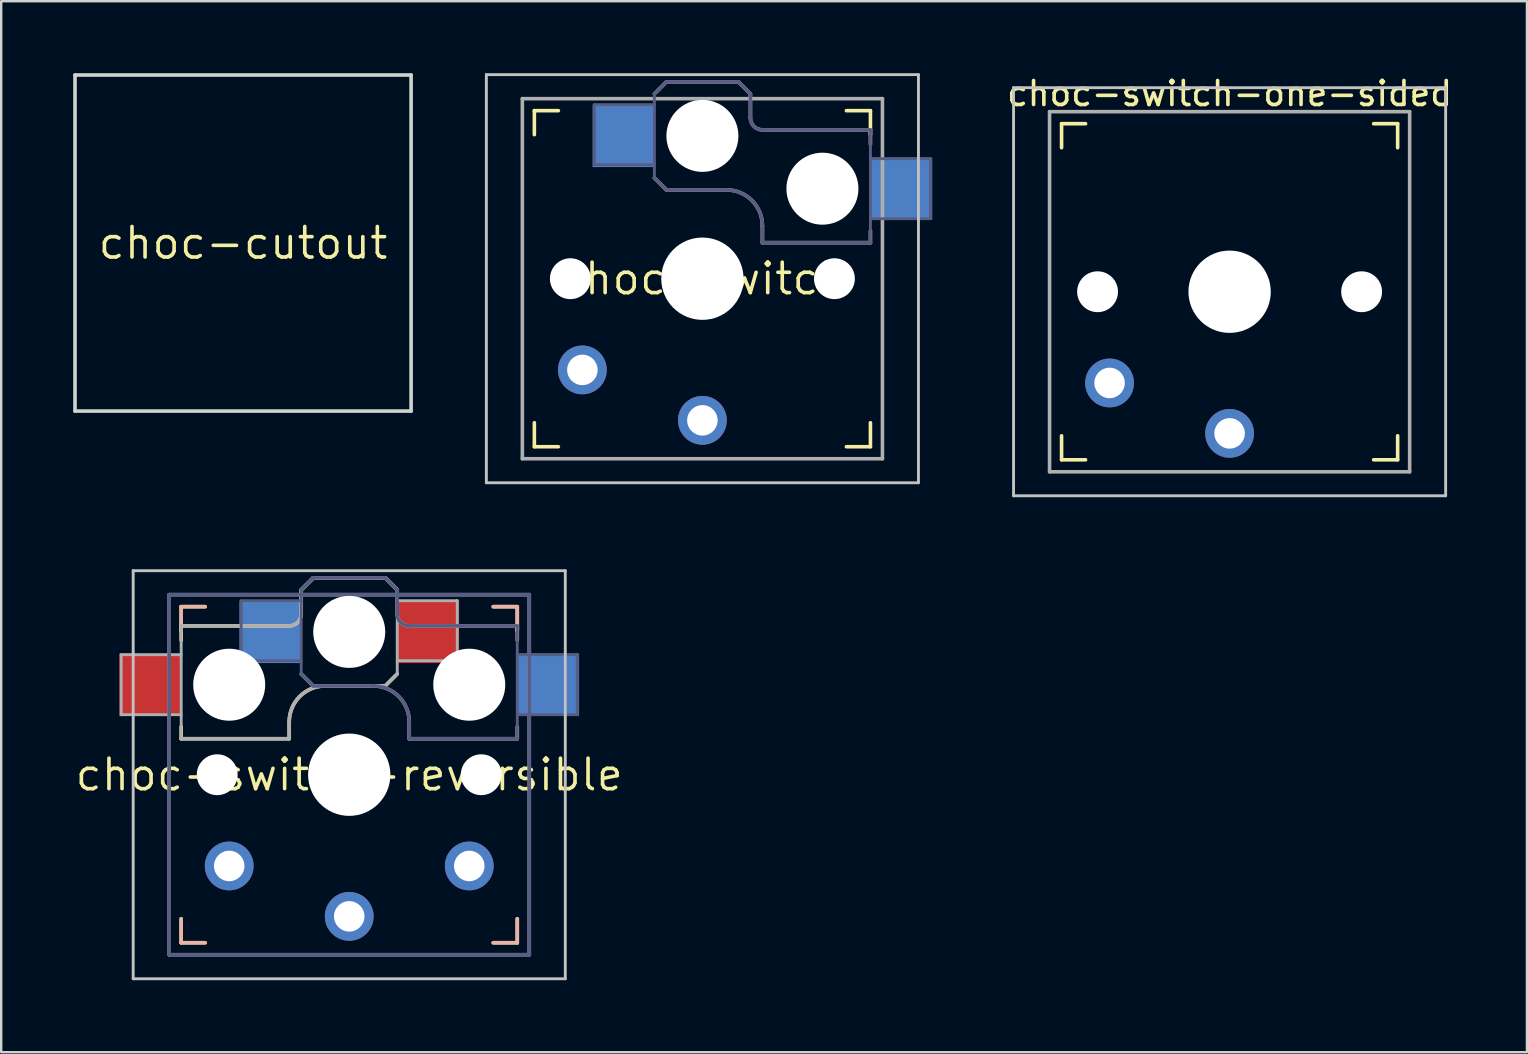
<source format=kicad_pcb>
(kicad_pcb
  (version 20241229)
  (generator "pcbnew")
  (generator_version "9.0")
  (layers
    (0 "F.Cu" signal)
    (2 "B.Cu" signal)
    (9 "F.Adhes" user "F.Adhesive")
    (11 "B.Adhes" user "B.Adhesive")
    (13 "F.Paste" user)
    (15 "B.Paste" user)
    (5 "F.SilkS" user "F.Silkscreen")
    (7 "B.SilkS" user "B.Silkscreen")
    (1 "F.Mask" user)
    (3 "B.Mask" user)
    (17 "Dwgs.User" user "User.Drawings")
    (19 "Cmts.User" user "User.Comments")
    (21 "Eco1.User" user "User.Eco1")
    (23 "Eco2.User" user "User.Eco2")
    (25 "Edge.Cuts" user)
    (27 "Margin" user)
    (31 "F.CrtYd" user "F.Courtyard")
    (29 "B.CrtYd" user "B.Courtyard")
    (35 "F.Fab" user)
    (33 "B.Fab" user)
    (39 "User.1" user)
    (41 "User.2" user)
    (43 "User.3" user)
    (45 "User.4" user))
  (footprint "choc-switch-reversible"
    (layer "F.Cu")
    (at 11.498 29.223)
    (property "Reference" "choc-switch-reversible" (at 0 0 0) (layer "F.SilkS") (effects (font (size 1.27 1.27) (thickness 0.15))))
    (attr through_hole)
    (fp_line (start -7 -7) (end -6 -7) (stroke (width 0.15) (type solid)) (layer "F.SilkS"))
    (fp_line (start -7 -6.2) (end -2.5 -6.2) (stroke (width 0.15) (type solid)) (layer "F.SilkS"))
    (fp_line (start -7 -6) (end -7 -7) (stroke (width 0.15) (type solid)) (layer "F.SilkS"))
    (fp_line (start -7 -5.6) (end -7 -6.2) (stroke (width 0.15) (type solid)) (layer "F.SilkS"))
    (fp_line (start -7 -1.5) (end -7 -2) (stroke (width 0.15) (type solid)) (layer "F.SilkS"))
    (fp_line (start -7 7) (end -7 6) (stroke (width 0.15) (type solid)) (layer "F.SilkS"))
    (fp_line (start -6 7) (end -7 7) (stroke (width 0.15) (type solid)) (layer "F.SilkS"))
    (fp_line (start -2.5 -2.2) (end -2.5 -1.5) (stroke (width 0.15) (type solid)) (layer "F.SilkS"))
    (fp_line (start -2.5 -1.5) (end -7 -1.5) (stroke (width 0.15) (type solid)) (layer "F.SilkS"))
    (fp_line (start -2 -6.7) (end -2 -7.7) (stroke (width 0.15) (type solid)) (layer "F.SilkS"))
    (fp_line (start -1.5 -8.2) (end -2 -7.7) (stroke (width 0.15) (type solid)) (layer "F.SilkS"))
    (fp_line (start 1.5 -8.2) (end -1.5 -8.2) (stroke (width 0.15) (type solid)) (layer "F.SilkS"))
    (fp_line (start 1.5 -3.7) (end -1 -3.7) (stroke (width 0.15) (type solid)) (layer "F.SilkS"))
    (fp_line (start 2 -7.7) (end 1.5 -8.2) (stroke (width 0.15) (type solid)) (layer "F.SilkS"))
    (fp_line (start 2 -4.2) (end 1.5 -3.7) (stroke (width 0.15) (type solid)) (layer "F.SilkS"))
    (fp_line (start 6 -7) (end 7 -7) (stroke (width 0.15) (type solid)) (layer "F.SilkS"))
    (fp_line (start 7 -7) (end 7 -6) (stroke (width 0.15) (type solid)) (layer "F.SilkS"))
    (fp_line (start 7 6) (end 7 7) (stroke (width 0.15) (type solid)) (layer "F.SilkS"))
    (fp_line (start 7 7) (end 6 7) (stroke (width 0.15) (type solid)) (layer "F.SilkS"))
    (fp_arc (start -2.5 -2.2) (mid -2.06066 -3.26066) (end -1 -3.7) (stroke (width 0.15) (type solid)) (layer "F.SilkS"))
    (fp_arc (start -2 -6.7) (mid -2.146447 -6.346447) (end -2.5 -6.2) (stroke (width 0.15) (type solid)) (layer "F.SilkS"))
    (fp_line (start -7 -7) (end -6 -7) (stroke (width 0.15) (type solid)) (layer "B.SilkS"))
    (fp_line (start -7 -6) (end -7 -7) (stroke (width 0.15) (type solid)) (layer "B.SilkS"))
    (fp_line (start -7 7) (end -7 6) (stroke (width 0.15) (type solid)) (layer "B.SilkS"))
    (fp_line (start -6 7) (end -7 7) (stroke (width 0.15) (type solid)) (layer "B.SilkS"))
    (fp_line (start -2 -7.7) (end -1.5 -8.2) (stroke (width 0.15) (type solid)) (layer "B.SilkS"))
    (fp_line (start -2 -4.2) (end -1.5 -3.7) (stroke (width 0.15) (type solid)) (layer "B.SilkS"))
    (fp_line (start -1.5 -8.2) (end 1.5 -8.2) (stroke (width 0.15) (type solid)) (layer "B.SilkS"))
    (fp_line (start -1.5 -3.7) (end 1 -3.7) (stroke (width 0.15) (type solid)) (layer "B.SilkS"))
    (fp_line (start 1.5 -8.2) (end 2 -7.7) (stroke (width 0.15) (type solid)) (layer "B.SilkS"))
    (fp_line (start 2 -6.7) (end 2 -7.7) (stroke (width 0.15) (type solid)) (layer "B.SilkS"))
    (fp_line (start 2.5 -2.2) (end 2.5 -1.5) (stroke (width 0.15) (type solid)) (layer "B.SilkS"))
    (fp_line (start 2.5 -1.5) (end 7 -1.5) (stroke (width 0.15) (type solid)) (layer "B.SilkS"))
    (fp_line (start 6 -7) (end 7 -7) (stroke (width 0.15) (type solid)) (layer "B.SilkS"))
    (fp_line (start 7 -7) (end 7 -6) (stroke (width 0.15) (type solid)) (layer "B.SilkS"))
    (fp_line (start 7 -6.2) (end 2.5 -6.2) (stroke (width 0.15) (type solid)) (layer "B.SilkS"))
    (fp_line (start 7 -5.6) (end 7 -6.2) (stroke (width 0.15) (type solid)) (layer "B.SilkS"))
    (fp_line (start 7 -1.5) (end 7 -2) (stroke (width 0.15) (type solid)) (layer "B.SilkS"))
    (fp_line (start 7 6) (end 7 7) (stroke (width 0.15) (type solid)) (layer "B.SilkS"))
    (fp_line (start 7 7) (end 6 7) (stroke (width 0.15) (type solid)) (layer "B.SilkS"))
    (fp_arc (start 1 -3.7) (mid 2.06066 -3.26066) (end 2.5 -2.2) (stroke (width 0.15) (type solid)) (layer "B.SilkS"))
    (fp_arc (start 2.5 -6.2) (mid 2.146447 -6.346447) (end 2 -6.7) (stroke (width 0.15) (type solid)) (layer "B.SilkS"))
    (fp_line (start -9 -8.5) (end -9 8.5) (stroke (width 0.12) (type solid)) (layer "Dwgs.User"))
    (fp_line (start -9 8.5) (end 9 8.5) (stroke (width 0.12) (type solid)) (layer "Dwgs.User"))
    (fp_line (start 9 -8.5) (end -9 -8.5) (stroke (width 0.12) (type solid)) (layer "Dwgs.User"))
    (fp_line (start 9 8.5) (end 9 -8.5) (stroke (width 0.12) (type solid)) (layer "Dwgs.User"))
    (fp_line (start -6.9 6.9) (end -6.9 -6.9) (stroke (width 0.15) (type solid)) (layer "Eco2.User"))
    (fp_line (start -6.9 6.9) (end 6.9 6.9) (stroke (width 0.15) (type solid)) (layer "Eco2.User"))
    (fp_line (start -2.6 -3.1) (end -2.6 -6.3) (stroke (width 0.15) (type solid)) (layer "Eco2.User"))
    (fp_line (start -2.6 -3.1) (end 2.6 -3.1) (stroke (width 0.15) (type solid)) (layer "Eco2.User"))
    (fp_line (start 2.6 -6.3) (end -2.6 -6.3) (stroke (width 0.15) (type solid)) (layer "Eco2.User"))
    (fp_line (start 2.6 -3.1) (end 2.6 -6.3) (stroke (width 0.15) (type solid)) (layer "Eco2.User"))
    (fp_line (start 6.9 -6.9) (end -6.9 -6.9) (stroke (width 0.15) (type solid)) (layer "Eco2.User"))
    (fp_line (start 6.9 -6.9) (end 6.9 6.9) (stroke (width 0.15) (type solid)) (layer "Eco2.User"))
    (fp_line (start -7.5 -7.5) (end 7.5 -7.5) (stroke (width 0.15) (type solid)) (layer "B.Fab"))
    (fp_line (start -7.5 7.5) (end -7.5 -7.5) (stroke (width 0.15) (type solid)) (layer "B.Fab"))
    (fp_line (start -4.5 -7.25) (end -2 -7.25) (stroke (width 0.12) (type solid)) (layer "B.Fab"))
    (fp_line (start -4.5 -4.75) (end -4.5 -7.25) (stroke (width 0.12) (type solid)) (layer "B.Fab"))
    (fp_line (start -2 -7.7) (end -1.5 -8.2) (stroke (width 0.15) (type solid)) (layer "B.Fab"))
    (fp_line (start -2 -4.75) (end -4.5 -4.75) (stroke (width 0.12) (type solid)) (layer "B.Fab"))
    (fp_line (start -2 -4.25) (end -2 -7.7) (stroke (width 0.12) (type solid)) (layer "B.Fab"))
    (fp_line (start -2 -4.2) (end -1.5 -3.7) (stroke (width 0.15) (type solid)) (layer "B.Fab"))
    (fp_line (start -1.5 -8.2) (end 1.5 -8.2) (stroke (width 0.15) (type solid)) (layer "B.Fab"))
    (fp_line (start -1.5 -3.7) (end 1 -3.7) (stroke (width 0.15) (type solid)) (layer "B.Fab"))
    (fp_line (start 1.5 -8.2) (end 2 -7.7) (stroke (width 0.15) (type solid)) (layer "B.Fab"))
    (fp_line (start 2 -6.7) (end 2 -7.7) (stroke (width 0.15) (type solid)) (layer "B.Fab"))
    (fp_line (start 2.5 -2.2) (end 2.5 -1.5) (stroke (width 0.15) (type solid)) (layer "B.Fab"))
    (fp_line (start 2.5 -1.5) (end 7 -1.5) (stroke (width 0.15) (type solid)) (layer "B.Fab"))
    (fp_line (start 7 -6.2) (end 2.5 -6.2) (stroke (width 0.15) (type solid)) (layer "B.Fab"))
    (fp_line (start 7 -5) (end 9.5 -5) (stroke (width 0.12) (type solid)) (layer "B.Fab"))
    (fp_line (start 7 -1.5) (end 7 -6.2) (stroke (width 0.12) (type solid)) (layer "B.Fab"))
    (fp_line (start 7.5 -7.5) (end 7.5 7.5) (stroke (width 0.15) (type solid)) (layer "B.Fab"))
    (fp_line (start 7.5 7.5) (end -7.5 7.5) (stroke (width 0.15) (type solid)) (layer "B.Fab"))
    (fp_line (start 9.5 -5) (end 9.5 -2.5) (stroke (width 0.12) (type solid)) (layer "B.Fab"))
    (fp_line (start 9.5 -2.5) (end 7 -2.5) (stroke (width 0.12) (type solid)) (layer "B.Fab"))
    (fp_arc (start 1 -3.7) (mid 2.06066 -3.26066) (end 2.5 -2.2) (stroke (width 0.15) (type solid)) (layer "B.Fab"))
    (fp_arc (start 2.5 -6.2) (mid 2.146447 -6.346447) (end 2 -6.7) (stroke (width 0.15) (type solid)) (layer "B.Fab"))
    (fp_line (start -9.5 -5) (end -9.5 -2.5) (stroke (width 0.12) (type solid)) (layer "F.Fab"))
    (fp_line (start -9.5 -2.5) (end -7 -2.5) (stroke (width 0.12) (type solid)) (layer "F.Fab"))
    (fp_line (start -7.5 -7.5) (end 7.5 -7.5) (stroke (width 0.15) (type solid)) (layer "F.Fab"))
    (fp_line (start -7.5 7.5) (end -7.5 -7.5) (stroke (width 0.15) (type solid)) (layer "F.Fab"))
    (fp_line (start -7 -6.2) (end -2.5 -6.2) (stroke (width 0.15) (type solid)) (layer "F.Fab"))
    (fp_line (start -7 -5) (end -9.5 -5) (stroke (width 0.12) (type solid)) (layer "F.Fab"))
    (fp_line (start -7 -1.5) (end -7 -6.2) (stroke (width 0.12) (type solid)) (layer "F.Fab"))
    (fp_line (start -2.5 -2.2) (end -2.5 -1.5) (stroke (width 0.15) (type solid)) (layer "F.Fab"))
    (fp_line (start -2.5 -1.5) (end -7 -1.5) (stroke (width 0.15) (type solid)) (layer "F.Fab"))
    (fp_line (start -2 -6.7) (end -2 -7.7) (stroke (width 0.15) (type solid)) (layer "F.Fab"))
    (fp_line (start -1.5 -8.2) (end -2 -7.7) (stroke (width 0.15) (type solid)) (layer "F.Fab"))
    (fp_line (start 1.5 -8.2) (end -1.5 -8.2) (stroke (width 0.15) (type solid)) (layer "F.Fab"))
    (fp_line (start 1.5 -3.7) (end -1 -3.7) (stroke (width 0.15) (type solid)) (layer "F.Fab"))
    (fp_line (start 2 -7.7) (end 1.5 -8.2) (stroke (width 0.15) (type solid)) (layer "F.Fab"))
    (fp_line (start 2 -4.75) (end 4.5 -4.75) (stroke (width 0.12) (type solid)) (layer "F.Fab"))
    (fp_line (start 2 -4.25) (end 2 -7.7) (stroke (width 0.12) (type solid)) (layer "F.Fab"))
    (fp_line (start 2 -4.2) (end 1.5 -3.7) (stroke (width 0.15) (type solid)) (layer "F.Fab"))
    (fp_line (start 4.5 -7.25) (end 2 -7.25) (stroke (width 0.12) (type solid)) (layer "F.Fab"))
    (fp_line (start 4.5 -4.75) (end 4.5 -7.25) (stroke (width 0.12) (type solid)) (layer "F.Fab"))
    (fp_line (start 7.5 -7.5) (end 7.5 7.5) (stroke (width 0.15) (type solid)) (layer "F.Fab"))
    (fp_line (start 7.5 7.5) (end -7.5 7.5) (stroke (width 0.15) (type solid)) (layer "F.Fab"))
    (fp_arc (start -2.5 -2.2) (mid -2.06066 -3.26066) (end -1 -3.7) (stroke (width 0.15) (type solid)) (layer "F.Fab"))
    (fp_arc (start -2 -6.7) (mid -2.146447 -6.346447) (end -2.5 -6.2) (stroke (width 0.15) (type solid)) (layer "F.Fab"))
    (pad "" np_thru_hole circle (at -5.5 0) (size 1.702 1.702) (drill 1.702) (layers "*.Cu" "*.Mask"))
    (pad "" np_thru_hole circle (at -5 -3.75) (size 3 3) (drill 3) (layers "*.Cu" "*.Mask"))
    (pad "" np_thru_hole circle (at 0 -5.95) (size 3 3) (drill 3) (layers "*.Cu" "*.Mask"))
    (pad "" np_thru_hole circle (at 0 0) (size 3.429 3.429) (drill 3.429) (layers "*.Cu" "*.Mask"))
    (pad "" np_thru_hole circle (at 5 -3.75) (size 3 3) (drill 3) (layers "*.Cu" "*.Mask"))
    (pad "" np_thru_hole circle (at 5.5 0) (size 1.702 1.702) (drill 1.702) (layers "*.Cu" "*.Mask"))
    (pad "1" smd rect (at -3.275 -5.95) (size 2.6 2.6) (layers "B.Cu" "B.Mask" "B.Paste"))
    (pad "1" thru_hole circle (at 0 5.9) (size 2.032 2.032) (drill 1.27) (layers "*.Cu" "*.Mask"))
    (pad "1" smd rect (at 3.275 -5.95) (size 2.6 2.6) (layers "F.Cu" "F.Mask" "F.Paste"))
    (pad "2" smd rect (at -8.275 -3.75) (size 2.6 2.6) (layers "F.Cu" "F.Mask" "F.Paste"))
    (pad "2" thru_hole circle (at -5 3.8) (size 2.032 2.032) (drill 1.27) (layers "*.Cu" "*.Mask"))
    (pad "2" thru_hole circle (at 5 3.8) (size 2.032 2.032) (drill 1.27) (layers "*.Cu" "*.Mask"))
    (pad "2" smd rect (at 8.275 -3.75) (size 2.6 2.6) (layers "B.Cu" "B.Mask" "B.Paste")))
  (footprint "choc-cutout"
    (layer "F.Cu")
    (at 7.075 7.075)
    (property "Reference" "choc-cutout" (at 0 0 0) (layer "F.SilkS") (effects (font (size 1.27 1.27) (thickness 0.15))))
    (attr through_hole)
    (fp_line (start -7 7) (end -7 -7) (stroke (width 0.15) (type solid)) (layer "Edge.Cuts"))
    (fp_line (start -7 7) (end 7 7) (stroke (width 0.15) (type solid)) (layer "Edge.Cuts"))
    (fp_line (start 7 -7) (end -7 -7) (stroke (width 0.15) (type solid)) (layer "Edge.Cuts"))
    (fp_line (start 7 -7) (end 7 7) (stroke (width 0.15) (type solid)) (layer "Edge.Cuts")))
  (footprint "choc-switch"
    (layer "F.Cu")
    (at 26.21 8.56)
    (property "Reference" "choc-switch" (at 0 0 0) (layer "F.SilkS") (effects (font (size 1.27 1.27) (thickness 0.15))))
    (attr through_hole)
    (fp_line (start -7 -6) (end -7 -7) (stroke (width 0.15) (type solid)) (layer "F.SilkS"))
    (fp_line (start -7 7) (end -7 6) (stroke (width 0.15) (type solid)) (layer "F.SilkS"))
    (fp_line (start -7 7) (end -6 7) (stroke (width 0.15) (type solid)) (layer "F.SilkS"))
    (fp_line (start -6 -7) (end -7 -7) (stroke (width 0.15) (type solid)) (layer "F.SilkS"))
    (fp_line (start 6 7) (end 7 7) (stroke (width 0.15) (type solid)) (layer "F.SilkS"))
    (fp_line (start 7 -7) (end 6 -7) (stroke (width 0.15) (type solid)) (layer "F.SilkS"))
    (fp_line (start 7 -7) (end 7 -6) (stroke (width 0.15) (type solid)) (layer "F.SilkS"))
    (fp_line (start 7 6) (end 7 7) (stroke (width 0.15) (type solid)) (layer "F.SilkS"))
    (fp_line (start -2 -7.7) (end -1.5 -8.2) (stroke (width 0.15) (type solid)) (layer "B.SilkS"))
    (fp_line (start -2 -4.2) (end -1.5 -3.7) (stroke (width 0.15) (type solid)) (layer "B.SilkS"))
    (fp_line (start -1.5 -8.2) (end 1.5 -8.2) (stroke (width 0.15) (type solid)) (layer "B.SilkS"))
    (fp_line (start -1.5 -3.7) (end 1 -3.7) (stroke (width 0.15) (type solid)) (layer "B.SilkS"))
    (fp_line (start 1.5 -8.2) (end 2 -7.7) (stroke (width 0.15) (type solid)) (layer "B.SilkS"))
    (fp_line (start 2 -6.7) (end 2 -7.7) (stroke (width 0.15) (type solid)) (layer "B.SilkS"))
    (fp_line (start 2.5 -2.2) (end 2.5 -1.5) (stroke (width 0.15) (type solid)) (layer "B.SilkS"))
    (fp_line (start 2.5 -1.5) (end 7 -1.5) (stroke (width 0.15) (type solid)) (layer "B.SilkS"))
    (fp_line (start 7 -6.2) (end 2.5 -6.2) (stroke (width 0.15) (type solid)) (layer "B.SilkS"))
    (fp_line (start 7 -5.6) (end 7 -6.2) (stroke (width 0.15) (type solid)) (layer "B.SilkS"))
    (fp_line (start 7 -1.5) (end 7 -2) (stroke (width 0.15) (type solid)) (layer "B.SilkS"))
    (fp_arc (start 1 -3.7) (mid 2.06066 -3.26066) (end 2.5 -2.2) (stroke (width 0.15) (type solid)) (layer "B.SilkS"))
    (fp_arc (start 2.5 -6.2) (mid 2.146447 -6.346447) (end 2 -6.7) (stroke (width 0.15) (type solid)) (layer "B.SilkS"))
    (fp_line (start -9 -8.5) (end -9 8.5) (stroke (width 0.12) (type solid)) (layer "Dwgs.User"))
    (fp_line (start -9 8.5) (end 9 8.5) (stroke (width 0.12) (type solid)) (layer "Dwgs.User"))
    (fp_line (start 9 -8.5) (end -9 -8.5) (stroke (width 0.12) (type solid)) (layer "Dwgs.User"))
    (fp_line (start 9 8.5) (end 9 -8.5) (stroke (width 0.12) (type solid)) (layer "Dwgs.User"))
    (fp_line (start -6.9 6.9) (end -6.9 -6.9) (stroke (width 0.15) (type solid)) (layer "Eco2.User"))
    (fp_line (start -6.9 6.9) (end 6.9 6.9) (stroke (width 0.15) (type solid)) (layer "Eco2.User"))
    (fp_line (start -2.6 -3.1) (end -2.6 -6.3) (stroke (width 0.15) (type solid)) (layer "Eco2.User"))
    (fp_line (start -2.6 -3.1) (end 2.6 -3.1) (stroke (width 0.15) (type solid)) (layer "Eco2.User"))
    (fp_line (start 2.6 -6.3) (end -2.6 -6.3) (stroke (width 0.15) (type solid)) (layer "Eco2.User"))
    (fp_line (start 2.6 -3.1) (end 2.6 -6.3) (stroke (width 0.15) (type solid)) (layer "Eco2.User"))
    (fp_line (start 6.9 -6.9) (end -6.9 -6.9) (stroke (width 0.15) (type solid)) (layer "Eco2.User"))
    (fp_line (start 6.9 -6.9) (end 6.9 6.9) (stroke (width 0.15) (type solid)) (layer "Eco2.User"))
    (fp_line (start -4.5 -7.25) (end -2 -7.25) (stroke (width 0.12) (type solid)) (layer "B.Fab"))
    (fp_line (start -4.5 -4.75) (end -4.5 -7.25) (stroke (width 0.12) (type solid)) (layer "B.Fab"))
    (fp_line (start -2 -7.7) (end -1.5 -8.2) (stroke (width 0.15) (type solid)) (layer "B.Fab"))
    (fp_line (start -2 -4.75) (end -4.5 -4.75) (stroke (width 0.12) (type solid)) (layer "B.Fab"))
    (fp_line (start -2 -4.25) (end -2 -7.7) (stroke (width 0.12) (type solid)) (layer "B.Fab"))
    (fp_line (start -2 -4.2) (end -1.5 -3.7) (stroke (width 0.15) (type solid)) (layer "B.Fab"))
    (fp_line (start -1.5 -8.2) (end 1.5 -8.2) (stroke (width 0.15) (type solid)) (layer "B.Fab"))
    (fp_line (start -1.5 -3.7) (end 1 -3.7) (stroke (width 0.15) (type solid)) (layer "B.Fab"))
    (fp_line (start 1.5 -8.2) (end 2 -7.7) (stroke (width 0.15) (type solid)) (layer "B.Fab"))
    (fp_line (start 2 -6.7) (end 2 -7.7) (stroke (width 0.15) (type solid)) (layer "B.Fab"))
    (fp_line (start 2.5 -2.2) (end 2.5 -1.5) (stroke (width 0.15) (type solid)) (layer "B.Fab"))
    (fp_line (start 2.5 -1.5) (end 7 -1.5) (stroke (width 0.15) (type solid)) (layer "B.Fab"))
    (fp_line (start 7 -6.2) (end 2.5 -6.2) (stroke (width 0.15) (type solid)) (layer "B.Fab"))
    (fp_line (start 7 -5) (end 9.5 -5) (stroke (width 0.12) (type solid)) (layer "B.Fab"))
    (fp_line (start 7 -1.5) (end 7 -6.2) (stroke (width 0.12) (type solid)) (layer "B.Fab"))
    (fp_line (start 9.5 -5) (end 9.5 -2.5) (stroke (width 0.12) (type solid)) (layer "B.Fab"))
    (fp_line (start 9.5 -2.5) (end 7 -2.5) (stroke (width 0.12) (type solid)) (layer "B.Fab"))
    (fp_arc (start 1 -3.7) (mid 2.06066 -3.26066) (end 2.5 -2.2) (stroke (width 0.15) (type solid)) (layer "B.Fab"))
    (fp_arc (start 2.5 -6.2) (mid 2.146447 -6.346447) (end 2 -6.7) (stroke (width 0.15) (type solid)) (layer "B.Fab"))
    (fp_line (start -7.5 -7.5) (end 7.5 -7.5) (stroke (width 0.15) (type solid)) (layer "F.Fab"))
    (fp_line (start -7.5 7.5) (end -7.5 -7.5) (stroke (width 0.15) (type solid)) (layer "F.Fab"))
    (fp_line (start 7.5 -7.5) (end 7.5 7.5) (stroke (width 0.15) (type solid)) (layer "F.Fab"))
    (fp_line (start 7.5 7.5) (end -7.5 7.5) (stroke (width 0.15) (type solid)) (layer "F.Fab"))
    (pad "" np_thru_hole circle (at -5.5 0) (size 1.702 1.702) (drill 1.702) (layers "*.Cu" "*.Mask"))
    (pad "" np_thru_hole circle (at 0 -5.95) (size 3 3) (drill 3) (layers "*.Cu" "*.Mask"))
    (pad "" np_thru_hole circle (at 0 0) (size 3.429 3.429) (drill 3.429) (layers "*.Cu" "*.Mask"))
    (pad "" np_thru_hole circle (at 5 -3.75) (size 3 3) (drill 3) (layers "*.Cu" "*.Mask"))
    (pad "" np_thru_hole circle (at 5.5 0) (size 1.702 1.702) (drill 1.702) (layers "*.Cu" "*.Mask"))
    (pad "1" smd rect (at -3.275 -5.95) (size 2.6 2.6) (layers "B.Cu" "B.Mask" "B.Paste"))
    (pad "1" thru_hole circle (at 0 5.9) (size 2.032 2.032) (drill 1.27) (layers "*.Cu" "*.Mask"))
    (pad "2" thru_hole circle (at -5 3.8) (size 2.032 2.032) (drill 1.27) (layers "*.Cu" "*.Mask"))
    (pad "2" smd rect (at 8.275 -3.75) (size 2.6 2.6) (layers "B.Cu" "B.Mask" "B.Paste")))
  (footprint "choc-switch-one-sided"
    (layer "F.Cu")
    (at 48.172 9.103)
    (property "Reference" "choc-switch-one-sided" (at 0 -8.255 0) (layer "F.SilkS") (effects (font (size 1 1) (thickness 0.15))))
    (attr through_hole)
    (fp_line (start -7 -6) (end -7 -7) (stroke (width 0.15) (type solid)) (layer "F.SilkS"))
    (fp_line (start -7 7) (end -7 6) (stroke (width 0.15) (type solid)) (layer "F.SilkS"))
    (fp_line (start -7 7) (end -6 7) (stroke (width 0.15) (type solid)) (layer "F.SilkS"))
    (fp_line (start -6 -7) (end -7 -7) (stroke (width 0.15) (type solid)) (layer "F.SilkS"))
    (fp_line (start 6 7) (end 7 7) (stroke (width 0.15) (type solid)) (layer "F.SilkS"))
    (fp_line (start 7 -7) (end 6 -7) (stroke (width 0.15) (type solid)) (layer "F.SilkS"))
    (fp_line (start 7 -7) (end 7 -6) (stroke (width 0.15) (type solid)) (layer "F.SilkS"))
    (fp_line (start 7 6) (end 7 7) (stroke (width 0.15) (type solid)) (layer "F.SilkS"))
    (fp_line (start -9 -8.5) (end -9 8.5) (stroke (width 0.12) (type solid)) (layer "Dwgs.User"))
    (fp_line (start -9 8.5) (end 9 8.5) (stroke (width 0.12) (type solid)) (layer "Dwgs.User"))
    (fp_line (start 9 -8.5) (end -9 -8.5) (stroke (width 0.12) (type solid)) (layer "Dwgs.User"))
    (fp_line (start 9 8.5) (end 9 -8.5) (stroke (width 0.12) (type solid)) (layer "Dwgs.User"))
    (fp_line (start -6.9 6.9) (end -6.9 -6.9) (stroke (width 0.15) (type solid)) (layer "Eco2.User"))
    (fp_line (start -6.9 6.9) (end 6.9 6.9) (stroke (width 0.15) (type solid)) (layer "Eco2.User"))
    (fp_line (start -2.6 -3.1) (end -2.6 -6.3) (stroke (width 0.15) (type solid)) (layer "Eco2.User"))
    (fp_line (start -2.6 -3.1) (end 2.6 -3.1) (stroke (width 0.15) (type solid)) (layer "Eco2.User"))
    (fp_line (start 2.6 -6.3) (end -2.6 -6.3) (stroke (width 0.15) (type solid)) (layer "Eco2.User"))
    (fp_line (start 2.6 -3.1) (end 2.6 -6.3) (stroke (width 0.15) (type solid)) (layer "Eco2.User"))
    (fp_line (start 6.9 -6.9) (end -6.9 -6.9) (stroke (width 0.15) (type solid)) (layer "Eco2.User"))
    (fp_line (start 6.9 -6.9) (end 6.9 6.9) (stroke (width 0.15) (type solid)) (layer "Eco2.User"))
    (fp_line (start -7.5 -7.5) (end 7.5 -7.5) (stroke (width 0.15) (type solid)) (layer "F.Fab"))
    (fp_line (start -7.5 7.5) (end -7.5 -7.5) (stroke (width 0.15) (type solid)) (layer "F.Fab"))
    (fp_line (start 7.5 -7.5) (end 7.5 7.5) (stroke (width 0.15) (type solid)) (layer "F.Fab"))
    (fp_line (start 7.5 7.5) (end -7.5 7.5) (stroke (width 0.15) (type solid)) (layer "F.Fab"))
    (pad "" np_thru_hole circle (at -5.5 0) (size 1.702 1.702) (drill 1.702) (layers "*.Cu" "*.Mask"))
    (pad "" np_thru_hole circle (at 0 0) (size 3.429 3.429) (drill 3.429) (layers "*.Cu" "*.Mask"))
    (pad "" np_thru_hole circle (at 5.5 0) (size 1.702 1.702) (drill 1.702) (layers "*.Cu" "*.Mask"))
    (pad "1" thru_hole circle (at 0 5.9) (size 2.032 2.032) (drill 1.27) (layers "*.Cu" "*.Mask"))
    (pad "2" thru_hole circle (at -5 3.8) (size 2.032 2.032) (drill 1.27) (layers "*.Cu" "*.Mask")))
  (gr_rect
    (start -3 -3)
    (end 60.559 40.783)
    (stroke (width 0.1) (type default))
    (fill no)
    (layer "Edge.Cuts")))
</source>
